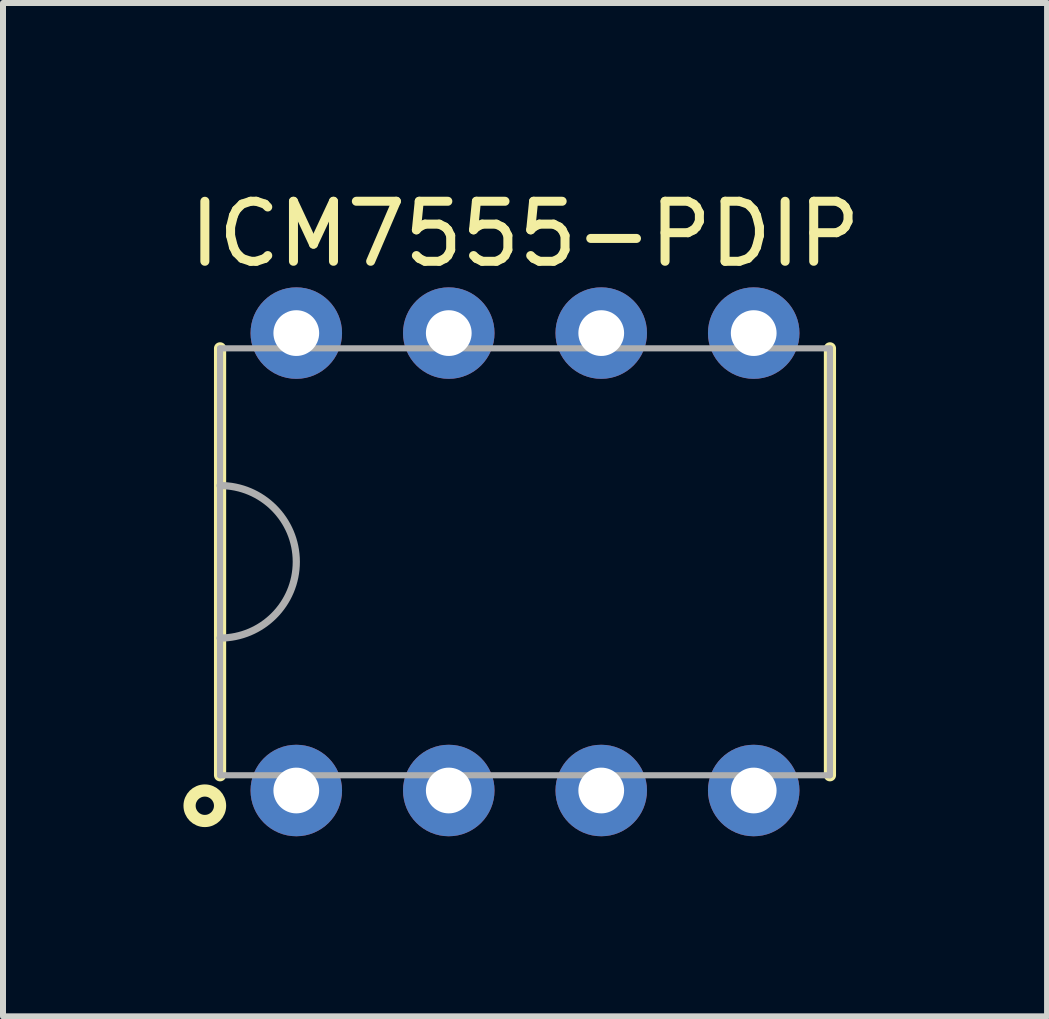
<source format=kicad_pcb>
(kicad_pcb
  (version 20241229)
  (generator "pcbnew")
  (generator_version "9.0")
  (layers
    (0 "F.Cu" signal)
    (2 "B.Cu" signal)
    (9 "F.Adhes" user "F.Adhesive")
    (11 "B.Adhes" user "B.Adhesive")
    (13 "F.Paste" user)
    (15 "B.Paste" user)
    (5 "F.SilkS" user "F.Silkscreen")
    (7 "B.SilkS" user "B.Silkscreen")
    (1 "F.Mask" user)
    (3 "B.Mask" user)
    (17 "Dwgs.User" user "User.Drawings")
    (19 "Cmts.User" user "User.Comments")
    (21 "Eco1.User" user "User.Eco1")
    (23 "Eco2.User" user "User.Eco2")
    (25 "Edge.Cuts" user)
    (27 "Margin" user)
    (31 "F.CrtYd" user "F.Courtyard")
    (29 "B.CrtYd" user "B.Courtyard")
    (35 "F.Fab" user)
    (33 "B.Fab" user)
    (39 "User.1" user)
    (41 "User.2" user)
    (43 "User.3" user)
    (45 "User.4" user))
  (footprint "ICM7555-PDIP"
    (layer "F.Cu")
    (at 5.696 6.309)
    (property "Reference" "ICM7555-PDIP" (at 0 -5.461 0) (layer "F.SilkS") (effects (font (size 1 1) (thickness 0.15))))
    (attr through_hole)
    (fp_line (start -5.08 3.556) (end -5.08 -3.556) (stroke (width 0.203) (type solid)) (layer "F.SilkS"))
    (fp_line (start 5.08 3.556) (end 5.08 -3.556) (stroke (width 0.203) (type solid)) (layer "F.SilkS"))
    (fp_circle (center -5.334 4.064) (end -5.08 4.064) (stroke (width 0.203) (type solid)) (fill no) (layer "F.SilkS"))
    (fp_line (start -5.08 -3.556) (end 5.08 -3.556) (stroke (width 0.102) (type solid)) (layer "F.Fab"))
    (fp_line (start -5.08 3.556) (end -5.08 -3.556) (stroke (width 0.102) (type solid)) (layer "F.Fab"))
    (fp_line (start -5.08 3.556) (end 5.08 3.556) (stroke (width 0.102) (type solid)) (layer "F.Fab"))
    (fp_line (start 5.08 3.556) (end 5.08 -3.556) (stroke (width 0.102) (type solid)) (layer "F.Fab"))
    (fp_arc (start -5.08 -1.27) (mid -3.81 0) (end -5.08 1.27) (stroke (width 0.12) (type solid)) (layer "F.Fab"))
    (pad "1" thru_hole circle (at -3.81 3.81) (size 1.524 1.524) (drill 0.762) (layers "*.Cu" "*.Mask"))
    (pad "2" thru_hole circle (at -1.27 3.81) (size 1.524 1.524) (drill 0.762) (layers "*.Cu" "*.Mask"))
    (pad "3" thru_hole circle (at 1.27 3.81) (size 1.524 1.524) (drill 0.762) (layers "*.Cu" "*.Mask"))
    (pad "4" thru_hole circle (at 3.81 3.81) (size 1.524 1.524) (drill 0.762) (layers "*.Cu" "*.Mask"))
    (pad "5" thru_hole circle (at 3.81 -3.81) (size 1.524 1.524) (drill 0.762) (layers "*.Cu" "*.Mask"))
    (pad "6" thru_hole circle (at 1.27 -3.81) (size 1.524 1.524) (drill 0.762) (layers "*.Cu" "*.Mask"))
    (pad "7" thru_hole circle (at -1.27 -3.81) (size 1.524 1.524) (drill 0.762) (layers "*.Cu" "*.Mask"))
    (pad "8" thru_hole circle (at -3.81 -3.81) (size 1.524 1.524) (drill 0.762) (layers "*.Cu" "*.Mask")))
  (gr_rect
    (start -3 -3)
    (end 14.393 13.881)
    (stroke (width 0.1) (type default))
    (fill no)
    (layer "Edge.Cuts")))
</source>
